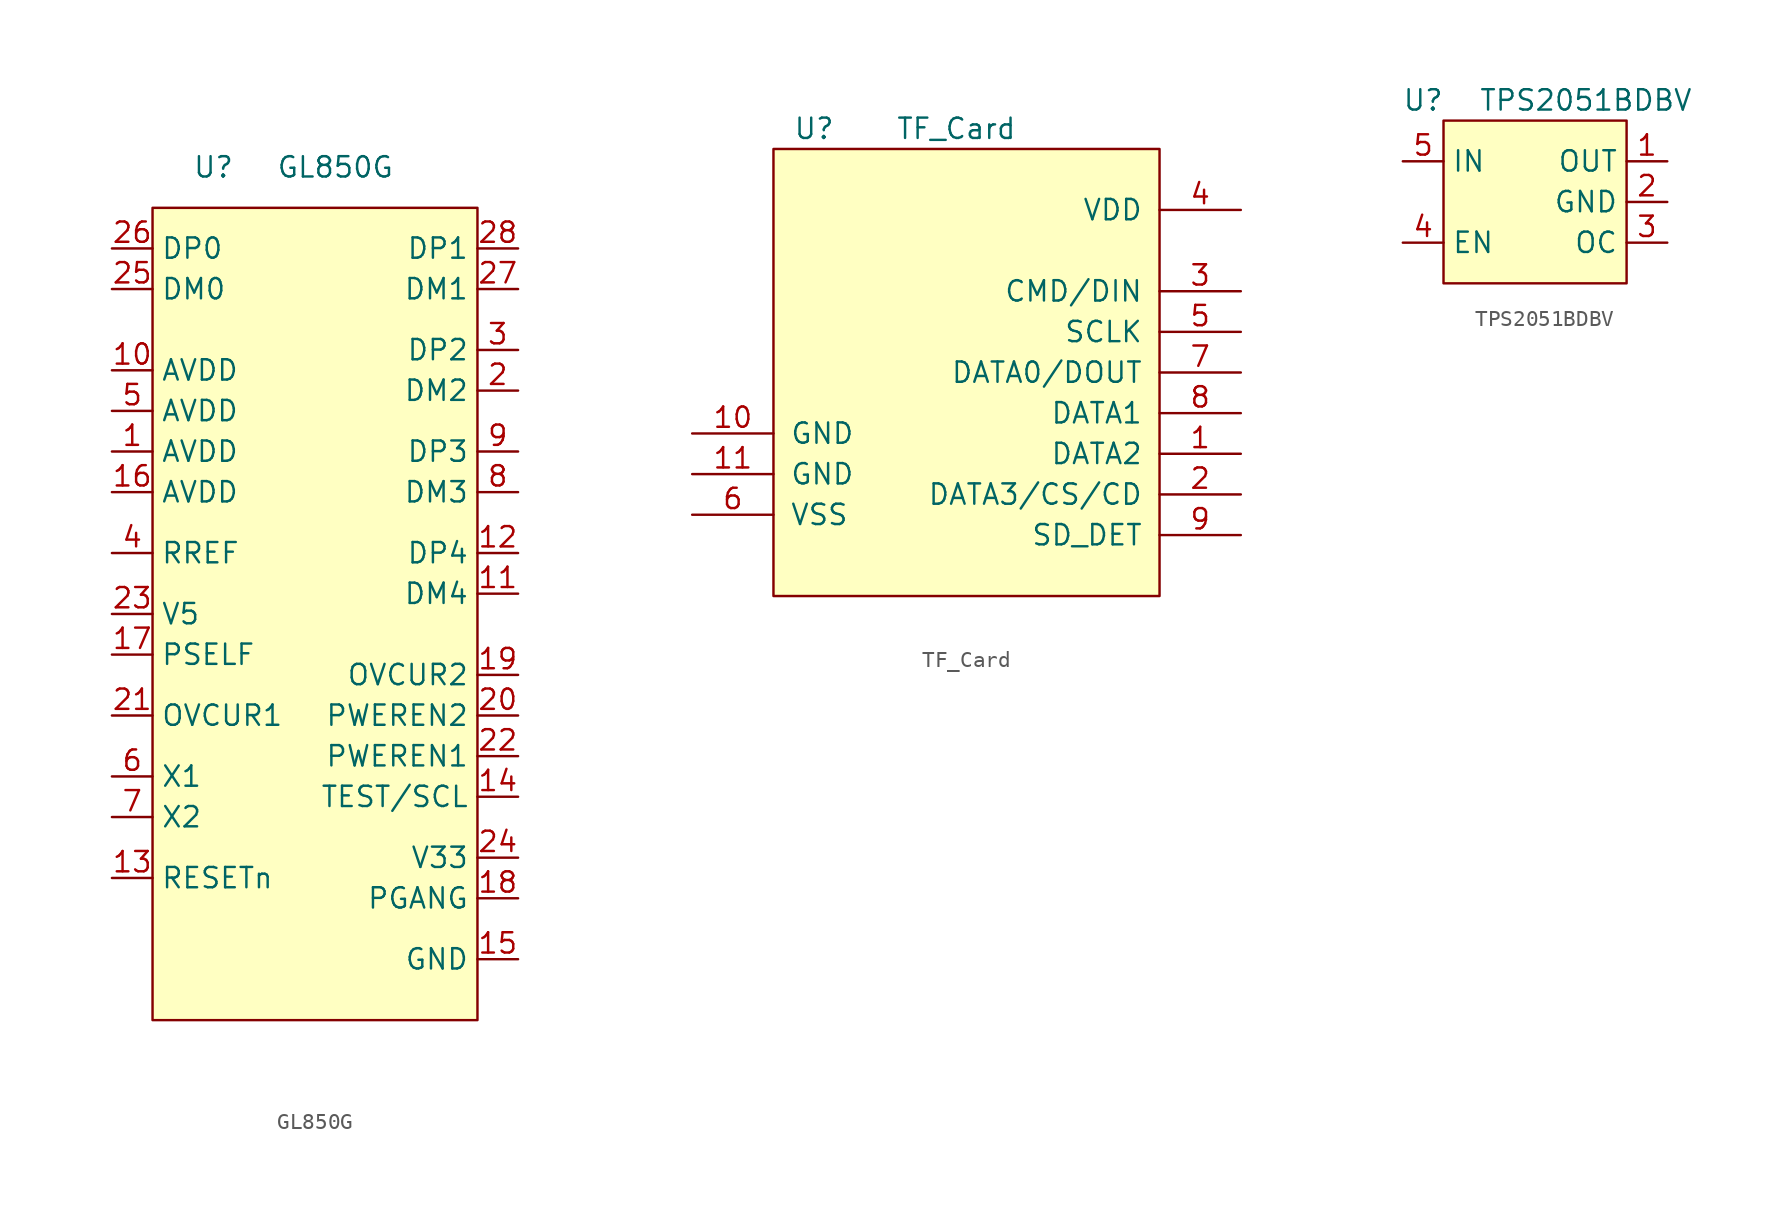
<source format=kicad_sym>
(kicad_symbol_lib
  (version 20211014)
  (generator kicad_symbol_editor)
  (symbol "GL850G"
    (property "Reference" "U"
      (at -3.81 6.35 0)
      (effects (font (size 1.27 1.27))))
    (property "Value" "GL850G"
      (at 3.81 6.35 0)
      (effects (font (size 1.27 1.27))))
    (symbol "GL850G_0_1"
      (rectangle (start -7.62 3.81) (end 12.7 -46.99) (stroke (width 0) (type default) (color 0 0 0 0)) (fill (type background))))
    (symbol "GL850G_1_1"
      (pin input line (at -10.16 -11.43 0) (length 2.54) (name "AVDD" (effects (font (size 1.27 1.27)))) (number "1" (effects (font (size 1.27 1.27)))))
      (pin input line (at -10.16 -6.35 0) (length 2.54) (name "AVDD" (effects (font (size 1.27 1.27)))) (number "10" (effects (font (size 1.27 1.27)))))
      (pin input line (at 15.24 -20.32 180) (length 2.54) (name "DM4" (effects (font (size 1.27 1.27)))) (number "11" (effects (font (size 1.27 1.27)))))
      (pin input line (at 15.24 -17.78 180) (length 2.54) (name "DP4" (effects (font (size 1.27 1.27)))) (number "12" (effects (font (size 1.27 1.27)))))
      (pin input line (at -10.16 -38.1 0) (length 2.54) (name "RESETn" (effects (font (size 1.27 1.27)))) (number "13" (effects (font (size 1.27 1.27)))))
      (pin input line (at 15.24 -33.02 180) (length 2.54) (name "TEST/SCL" (effects (font (size 1.27 1.27)))) (number "14" (effects (font (size 1.27 1.27)))))
      (pin input line (at 15.24 -43.18 180) (length 2.54) (name "GND" (effects (font (size 1.27 1.27)))) (number "15" (effects (font (size 1.27 1.27)))))
      (pin input line (at -10.16 -13.97 0) (length 2.54) (name "AVDD" (effects (font (size 1.27 1.27)))) (number "16" (effects (font (size 1.27 1.27)))))
      (pin input line (at -10.16 -24.13 0) (length 2.54) (name "PSELF" (effects (font (size 1.27 1.27)))) (number "17" (effects (font (size 1.27 1.27)))))
      (pin input line (at 15.24 -39.37 180) (length 2.54) (name "PGANG" (effects (font (size 1.27 1.27)))) (number "18" (effects (font (size 1.27 1.27)))))
      (pin input line (at 15.24 -25.4 180) (length 2.54) (name "OVCUR2" (effects (font (size 1.27 1.27)))) (number "19" (effects (font (size 1.27 1.27)))))
      (pin input line (at 15.24 -7.62 180) (length 2.54) (name "DM2" (effects (font (size 1.27 1.27)))) (number "2" (effects (font (size 1.27 1.27)))))
      (pin input line (at 15.24 -27.94 180) (length 2.54) (name "PWEREN2" (effects (font (size 1.27 1.27)))) (number "20" (effects (font (size 1.27 1.27)))))
      (pin input line (at -10.16 -27.94 0) (length 2.54) (name "OVCUR1" (effects (font (size 1.27 1.27)))) (number "21" (effects (font (size 1.27 1.27)))))
      (pin input line (at 15.24 -30.48 180) (length 2.54) (name "PWEREN1" (effects (font (size 1.27 1.27)))) (number "22" (effects (font (size 1.27 1.27)))))
      (pin input line (at -10.16 -21.59 0) (length 2.54) (name "V5" (effects (font (size 1.27 1.27)))) (number "23" (effects (font (size 1.27 1.27)))))
      (pin input line (at 15.24 -36.83 180) (length 2.54) (name "V33" (effects (font (size 1.27 1.27)))) (number "24" (effects (font (size 1.27 1.27)))))
      (pin input line (at -10.16 -1.27 0) (length 2.54) (name "DM0" (effects (font (size 1.27 1.27)))) (number "25" (effects (font (size 1.27 1.27)))))
      (pin input line (at -10.16 1.27 0) (length 2.54) (name "DP0" (effects (font (size 1.27 1.27)))) (number "26" (effects (font (size 1.27 1.27)))))
      (pin input line (at 15.24 -1.27 180) (length 2.54) (name "DM1" (effects (font (size 1.27 1.27)))) (number "27" (effects (font (size 1.27 1.27)))))
      (pin input line (at 15.24 1.27 180) (length 2.54) (name "DP1" (effects (font (size 1.27 1.27)))) (number "28" (effects (font (size 1.27 1.27)))))
      (pin input line (at 15.24 -5.08 180) (length 2.54) (name "DP2" (effects (font (size 1.27 1.27)))) (number "3" (effects (font (size 1.27 1.27)))))
      (pin input line (at -10.16 -17.78 0) (length 2.54) (name "RREF" (effects (font (size 1.27 1.27)))) (number "4" (effects (font (size 1.27 1.27)))))
      (pin input line (at -10.16 -8.89 0) (length 2.54) (name "AVDD" (effects (font (size 1.27 1.27)))) (number "5" (effects (font (size 1.27 1.27)))))
      (pin input line (at -10.16 -31.75 0) (length 2.54) (name "X1" (effects (font (size 1.27 1.27)))) (number "6" (effects (font (size 1.27 1.27)))))
      (pin input line (at -10.16 -34.29 0) (length 2.54) (name "X2" (effects (font (size 1.27 1.27)))) (number "7" (effects (font (size 1.27 1.27)))))
      (pin input line (at 15.24 -13.97 180) (length 2.54) (name "DM3" (effects (font (size 1.27 1.27)))) (number "8" (effects (font (size 1.27 1.27)))))
      (pin input line (at 15.24 -11.43 180) (length 2.54) (name "DP3" (effects (font (size 1.27 1.27)))) (number "9" (effects (font (size 1.27 1.27)))))))
  (symbol "TF_Card"
    (pin_names
      (offset 1.016))
    (property "Reference" "U"
      (at -20.32 8.89 0)
      (effects (font (size 1.27 1.27))))
    (property "Value" "TF_Card"
      (at -11.43 8.89 0)
      (effects (font (size 1.27 1.27))))
    (symbol "TF_Card_0_1"
      (rectangle (start 1.27 7.62) (end -22.86 -20.32) (stroke (width 0) (type default) (color 0 0 0 0)) (fill (type background))))
    (symbol "TF_Card_1_1"
      (pin input line (at 6.35 -11.43 180) (length 5.08) (name "DATA2" (effects (font (size 1.27 1.27)))) (number "1" (effects (font (size 1.27 1.27)))))
      (pin input line (at -27.94 -10.16 0) (length 5.08) (name "GND" (effects (font (size 1.27 1.27)))) (number "10" (effects (font (size 1.27 1.27)))))
      (pin input line (at -27.94 -12.7 0) (length 5.08) (name "GND" (effects (font (size 1.27 1.27)))) (number "11" (effects (font (size 1.27 1.27)))))
      (pin input line (at 6.35 -13.97 180) (length 5.08) (name "DATA3/CS/CD" (effects (font (size 1.27 1.27)))) (number "2" (effects (font (size 1.27 1.27)))))
      (pin input line (at 6.35 -1.27 180) (length 5.08) (name "CMD/DIN" (effects (font (size 1.27 1.27)))) (number "3" (effects (font (size 1.27 1.27)))))
      (pin input line (at 6.35 3.81 180) (length 5.08) (name "VDD" (effects (font (size 1.27 1.27)))) (number "4" (effects (font (size 1.27 1.27)))))
      (pin input line (at 6.35 -3.81 180) (length 5.08) (name "SCLK" (effects (font (size 1.27 1.27)))) (number "5" (effects (font (size 1.27 1.27)))))
      (pin input line (at -27.94 -15.24 0) (length 5.08) (name "VSS" (effects (font (size 1.27 1.27)))) (number "6" (effects (font (size 1.27 1.27)))))
      (pin input line (at 6.35 -6.35 180) (length 5.08) (name "DATA0/DOUT" (effects (font (size 1.27 1.27)))) (number "7" (effects (font (size 1.27 1.27)))))
      (pin input line (at 6.35 -8.89 180) (length 5.08) (name "DATA1" (effects (font (size 1.27 1.27)))) (number "8" (effects (font (size 1.27 1.27)))))
      (pin input line (at 6.35 -16.51 180) (length 5.08) (name "SD_DET" (effects (font (size 1.27 1.27)))) (number "9" (effects (font (size 1.27 1.27)))))))
  (symbol "TPS2051BDBV"
    (property "Reference" "U"
      (at -7.62 2.54 0)
      (effects (font (size 1.27 1.27))))
    (property "Value" "TPS2051BDBV"
      (at 2.54 2.54 0)
      (effects (font (size 1.27 1.27))))
    (symbol "TPS2051BDBV_0_1"
      (rectangle (start -6.35 1.27) (end 5.08 -8.89) (stroke (width 0) (type default) (color 0 0 0 0)) (fill (type background))))
    (symbol "TPS2051BDBV_1_1"
      (pin input line (at 7.62 -1.27 180) (length 2.54) (name "OUT" (effects (font (size 1.27 1.27)))) (number "1" (effects (font (size 1.27 1.27)))))
      (pin input line (at 7.62 -3.81 180) (length 2.54) (name "GND" (effects (font (size 1.27 1.27)))) (number "2" (effects (font (size 1.27 1.27)))))
      (pin input line (at 7.62 -6.35 180) (length 2.54) (name "OC" (effects (font (size 1.27 1.27)))) (number "3" (effects (font (size 1.27 1.27)))))
      (pin input line (at -8.89 -6.35 0) (length 2.54) (name "EN" (effects (font (size 1.27 1.27)))) (number "4" (effects (font (size 1.27 1.27)))))
      (pin input line (at -8.89 -1.27 0) (length 2.54) (name "IN" (effects (font (size 1.27 1.27)))) (number "5" (effects (font (size 1.27 1.27))))))))
</source>
